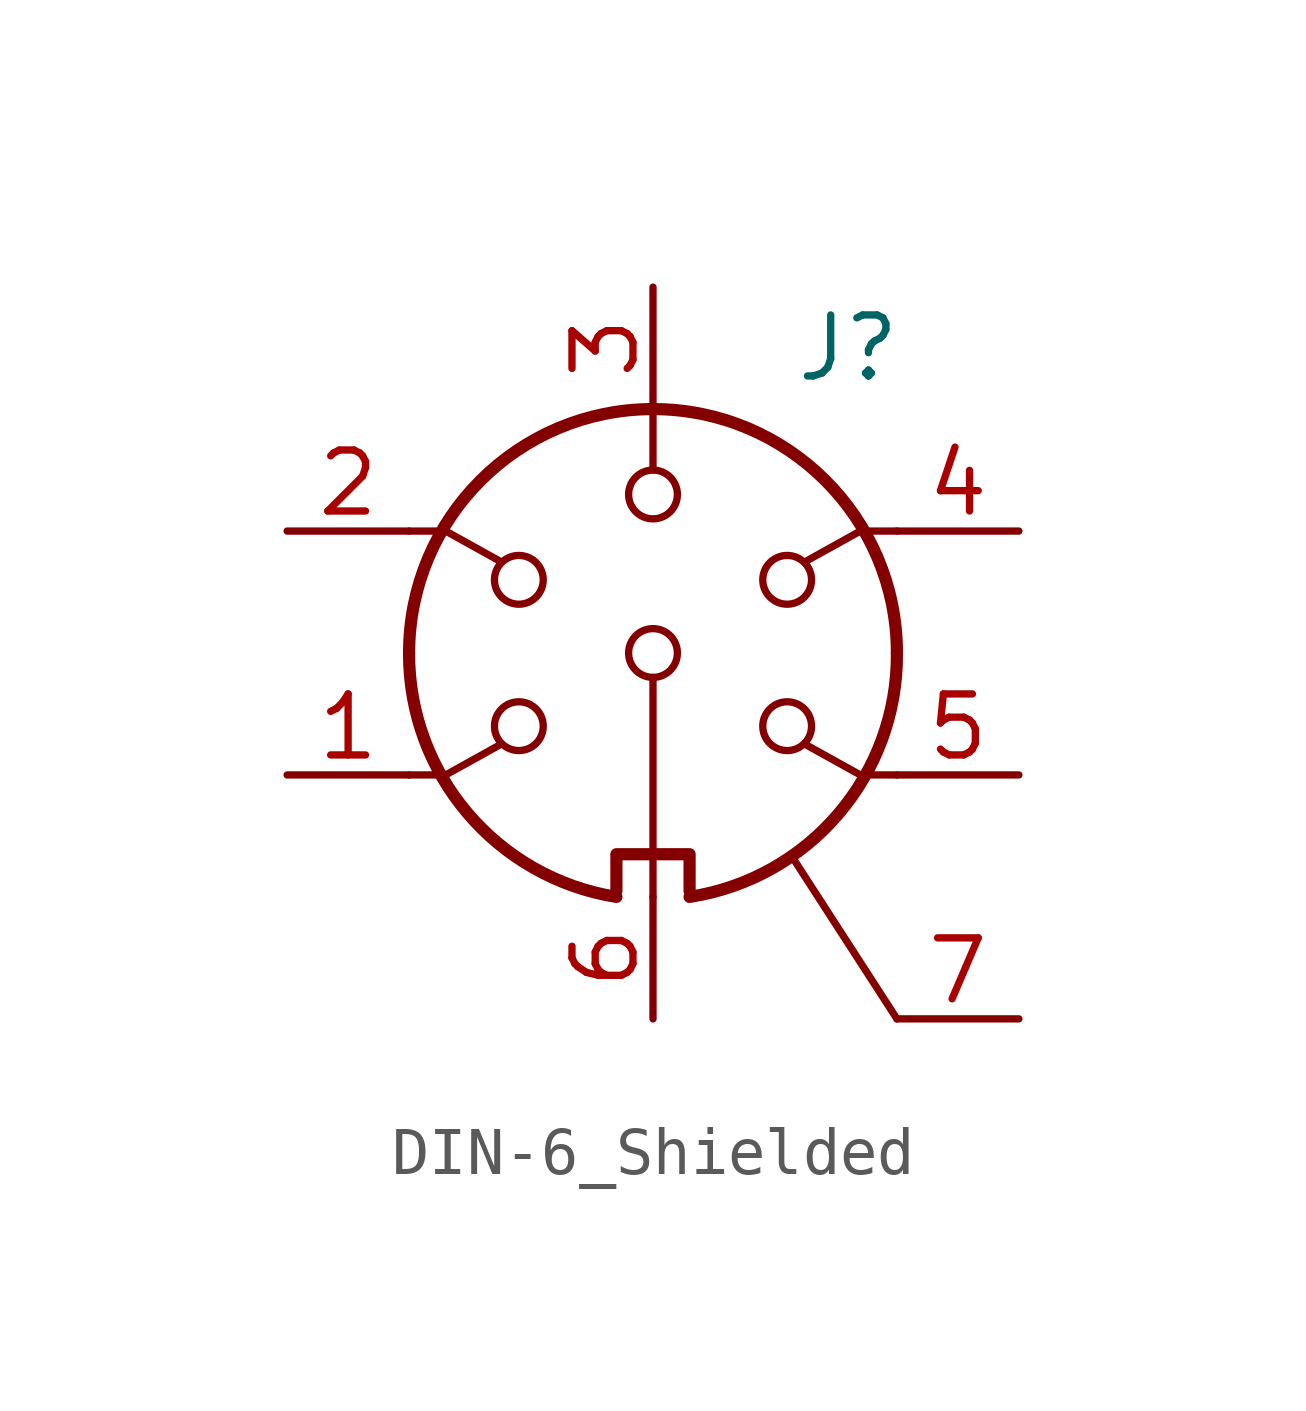
<source format=kicad_sym>
(kicad_symbol_lib
  (version 20231120)
  (generator "kicad_symbol_editor")
  (generator_version "8.0")
  (symbol "DIN-6_Shielded"
    (property "Reference" "J"
      (at 4.064 6.35 0)
      (effects (font (size 1.27 1.27))))
    (property "Value" ""
      (at 0 0 0)
      (effects (font (size 1.27 1.27))))
    (symbol "DIN-6_Shielded_0_1"
      (arc (start -5.08 0) (mid -3.8609 -3.3364) (end -0.762 -5.08) (stroke (width 0.254) (type default)) (fill (type none)))
      (circle (center -2.794 -1.524) (radius 0.508) (stroke (width 0) (type default)) (fill (type none)))
      (circle (center -2.794 1.524) (radius 0.508) (stroke (width 0) (type default)) (fill (type none)))
      (polyline (pts (xy 0 -5.08) (xy 0 -0.508)) (stroke (width 0) (type default)) (fill (type none)))
      (polyline (pts (xy 0 5.08) (xy 0 3.81)) (stroke (width 0) (type default)) (fill (type none)))
      (polyline (pts (xy 5.08 -7.62) (xy 2.909 -4.262)) (stroke (width 0) (type default)) (fill (type none)))
      (polyline (pts (xy -5.08 -2.54) (xy -4.318 -2.54) (xy -3.175 -1.905)) (stroke (width 0) (type default)) (fill (type none)))
      (polyline (pts (xy -5.08 2.54) (xy -4.318 2.54) (xy -3.175 1.905)) (stroke (width 0) (type default)) (fill (type none)))
      (polyline (pts (xy 5.08 -2.54) (xy 4.318 -2.54) (xy 3.175 -1.905)) (stroke (width 0) (type default)) (fill (type none)))
      (polyline (pts (xy 5.08 2.54) (xy 4.318 2.54) (xy 3.175 1.905)) (stroke (width 0) (type default)) (fill (type none)))
      (polyline (pts (xy -0.762 -4.953) (xy -0.762 -4.191) (xy 0.762 -4.191) (xy 0.762 -4.953)) (stroke (width 0.254) (type default)) (fill (type none)))
      (circle (center 0 0) (radius 0.508) (stroke (width 0) (type default)) (fill (type none)))
      (circle (center 0 3.302) (radius 0.508) (stroke (width 0) (type default)) (fill (type none)))
      (arc (start 0.762 -5.08) (mid 3.8685 -3.343) (end 5.08 0) (stroke (width 0.254) (type default)) (fill (type none)))
      (circle (center 2.794 -1.524) (radius 0.508) (stroke (width 0) (type default)) (fill (type none)))
      (circle (center 2.794 1.524) (radius 0.508) (stroke (width 0) (type default)) (fill (type none)))
      (arc (start 5.08 0) (mid 0 5.0579) (end -5.08 0) (stroke (width 0.254) (type default)) (fill (type none))))
    (symbol "DIN-6_Shielded_1_1"
      (pin passive line (at -7.62 -2.54 0) (length 2.54) (name "~" (effects (font (size 1.27 1.27)))) (number "1" (effects (font (size 1.27 1.27)))))
      (pin passive line (at -7.62 2.54 0) (length 2.54) (name "~" (effects (font (size 1.27 1.27)))) (number "2" (effects (font (size 1.27 1.27)))))
      (pin passive line (at 0 7.62 270) (length 2.54) (name "~" (effects (font (size 1.27 1.27)))) (number "3" (effects (font (size 1.27 1.27)))))
      (pin passive line (at 7.62 2.54 180) (length 2.54) (name "~" (effects (font (size 1.27 1.27)))) (number "4" (effects (font (size 1.27 1.27)))))
      (pin passive line (at 7.62 -2.54 180) (length 2.54) (name "~" (effects (font (size 1.27 1.27)))) (number "5" (effects (font (size 1.27 1.27)))))
      (pin passive line (at 0 -7.62 90) (length 2.54) (name "~" (effects (font (size 1.27 1.27)))) (number "6" (effects (font (size 1.27 1.27)))))
      (pin passive line (at 7.62 -7.62 180) (length 2.54) (name "~" (effects (font (size 1.27 1.27)))) (number "7" (effects (font (size 1.27 1.27))))))))
</source>
